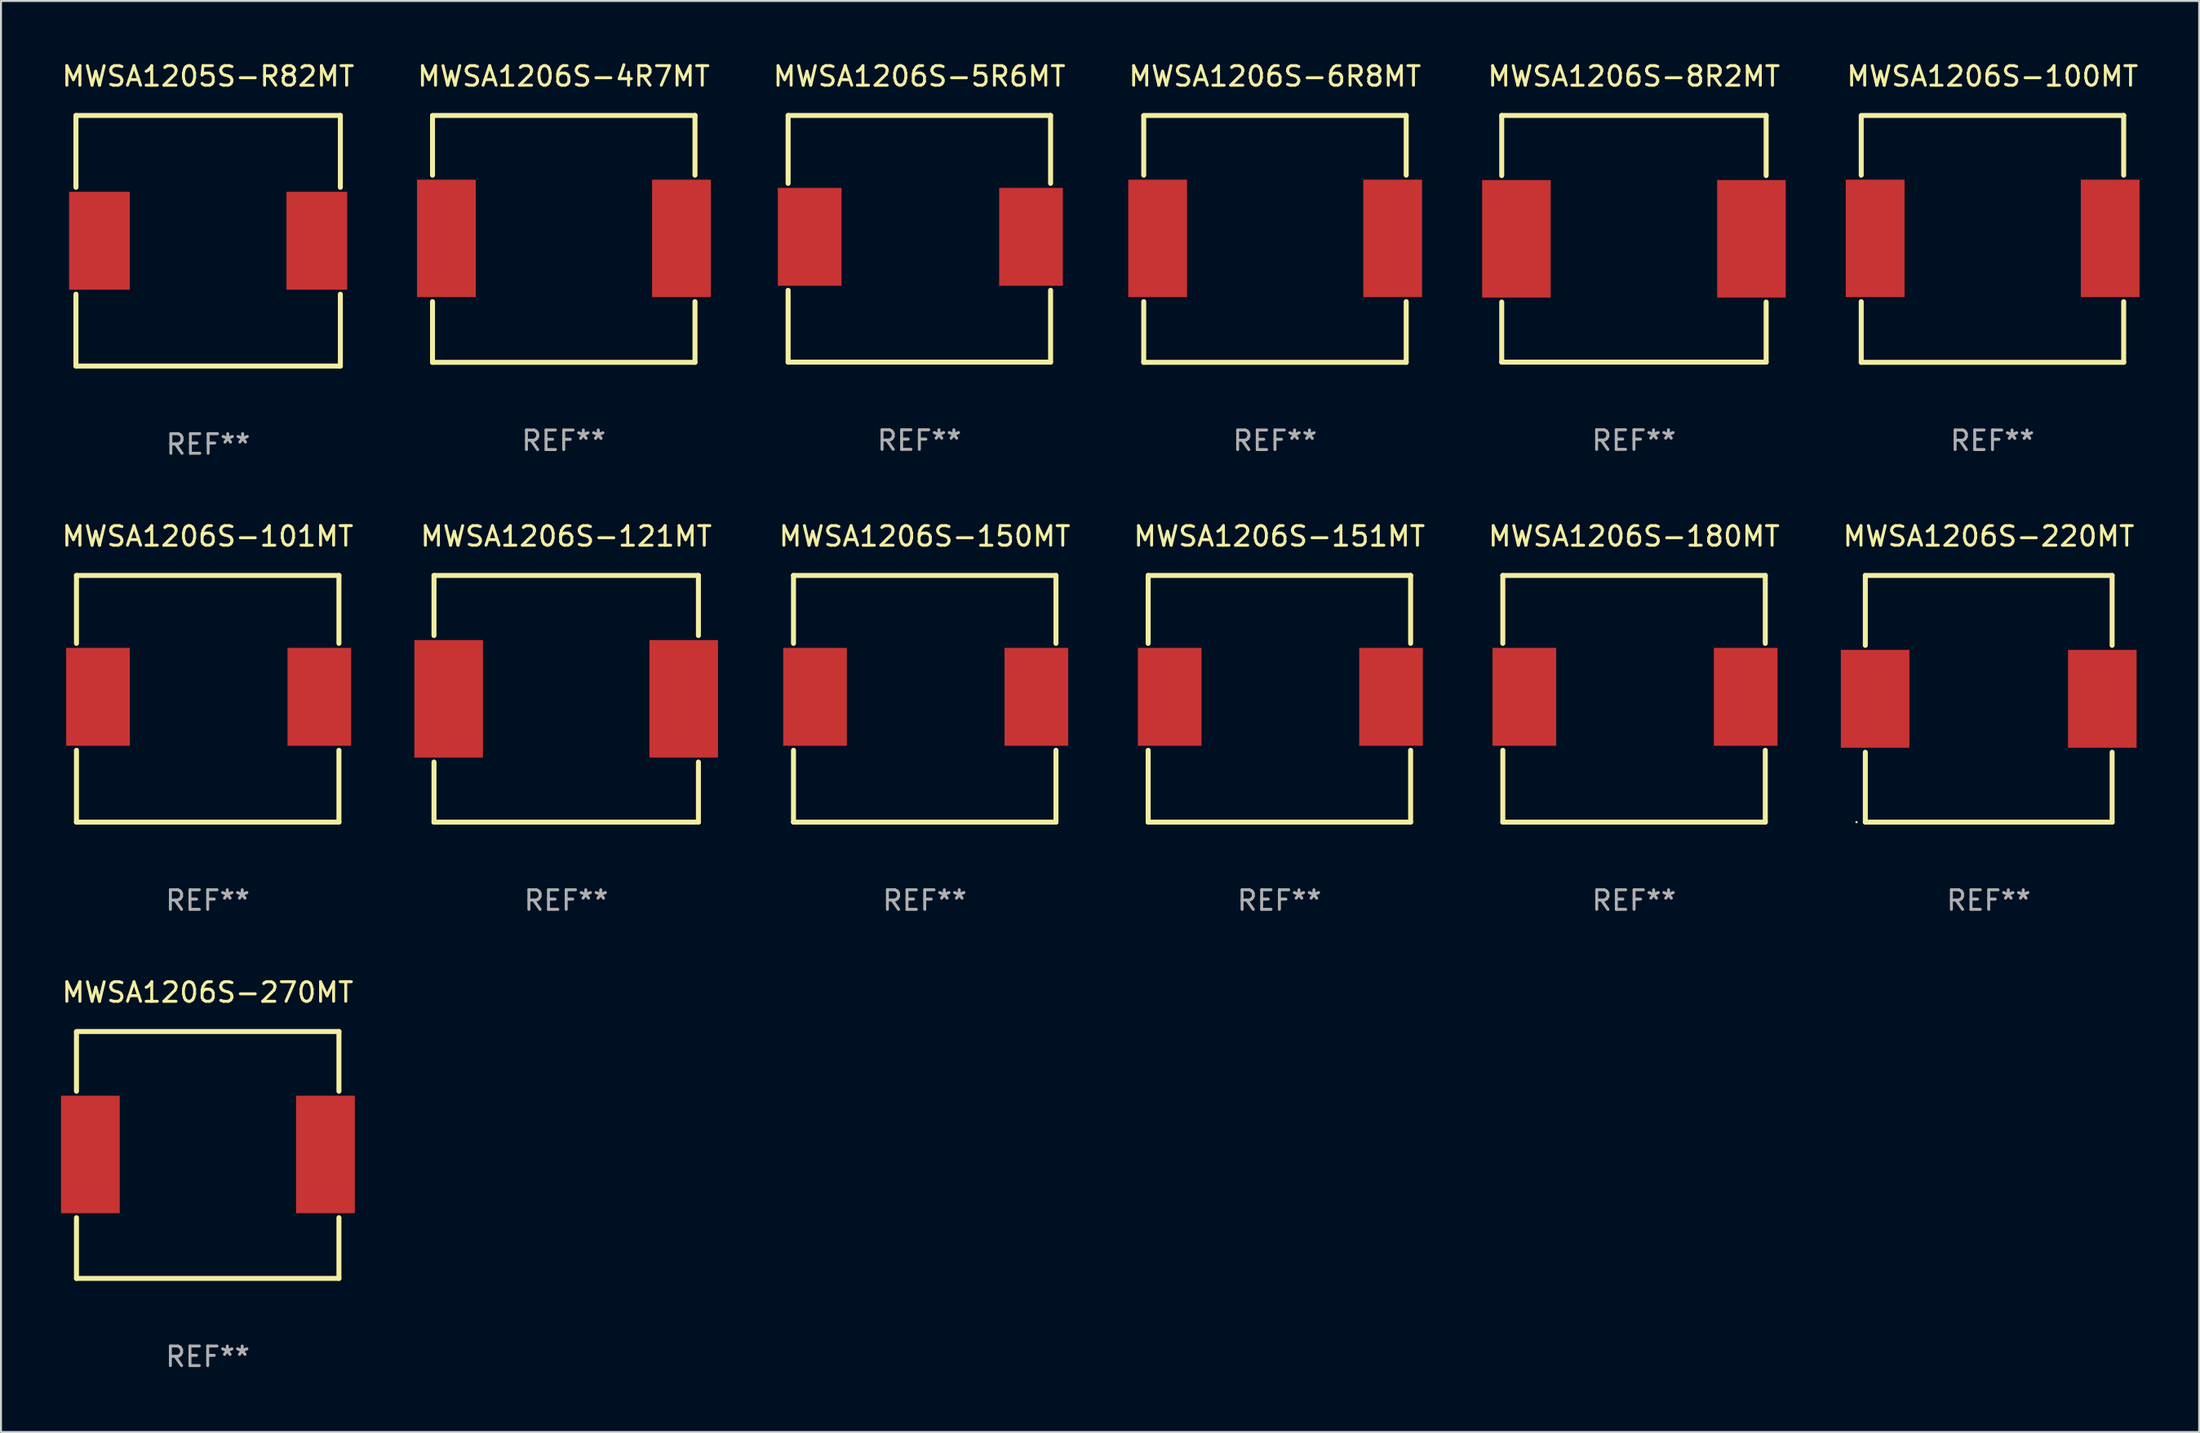
<source format=kicad_pcb>
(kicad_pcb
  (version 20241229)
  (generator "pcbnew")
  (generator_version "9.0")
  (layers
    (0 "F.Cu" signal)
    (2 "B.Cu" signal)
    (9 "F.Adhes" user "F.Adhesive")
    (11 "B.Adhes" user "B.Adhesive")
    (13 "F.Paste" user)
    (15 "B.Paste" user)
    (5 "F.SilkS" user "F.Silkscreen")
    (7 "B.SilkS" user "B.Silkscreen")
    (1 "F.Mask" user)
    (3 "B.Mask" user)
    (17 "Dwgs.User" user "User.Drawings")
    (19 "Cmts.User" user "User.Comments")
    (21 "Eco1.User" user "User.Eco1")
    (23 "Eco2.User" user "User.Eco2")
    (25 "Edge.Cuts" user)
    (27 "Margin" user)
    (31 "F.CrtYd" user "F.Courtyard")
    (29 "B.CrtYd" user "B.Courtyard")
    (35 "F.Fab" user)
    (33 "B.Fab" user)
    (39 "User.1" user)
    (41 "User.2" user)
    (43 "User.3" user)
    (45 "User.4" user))
  (footprint "MWSA1206S-121MT"
    (layer "F.Cu")
    (at 25.857 32.645)
    (property "Reference" "MWSA1206S-121MT" (at 0 -8.3 0) (layer "F.SilkS") (effects (font (size 1 1) (thickness 0.15))))
    (attr through_hole)
    (fp_line (start -6.75 -6.3) (end -6.75 -3.231) (stroke (width 0.254) (type solid)) (layer "F.SilkS"))
    (fp_line (start -6.75 -6.3) (end 6.75 -6.3) (stroke (width 0.254) (type solid)) (layer "F.SilkS"))
    (fp_line (start -6.75 3.231) (end -6.75 6.3) (stroke (width 0.254) (type solid)) (layer "F.SilkS"))
    (fp_line (start -6.75 6.3) (end 6.75 6.3) (stroke (width 0.254) (type solid)) (layer "F.SilkS"))
    (fp_line (start 6.75 -3.231) (end 6.75 -6.3) (stroke (width 0.254) (type solid)) (layer "F.SilkS"))
    (fp_line (start 6.75 6.3) (end 6.75 3.231) (stroke (width 0.254) (type solid)) (layer "F.SilkS"))
    (fp_circle (center -6.75 6.3) (end -6.72 6.3) (stroke (width 0.06) (type solid)) (fill no) (layer "F.SilkS"))
    (fp_text user "REF**" (at 0 10.3 0) (layer "F.Fab") (effects (font (size 1 1) (thickness 0.15))))
    (pad "1" smd rect (at -6 0.000025 90) (size 6 3.5) (layers "F.Cu" "F.Mask" "F.Paste"))
    (pad "2" smd rect (at 6 0.000025 90) (size 6 3.5) (layers "F.Cu" "F.Mask" "F.Paste")))
  (footprint "MWSA1206S-4R7MT"
    (layer "F.Cu")
    (at 25.732 9.153)
    (property "Reference" "MWSA1206S-4R7MT" (at 0 -8.305 0) (layer "F.SilkS") (effects (font (size 1 1) (thickness 0.15))))
    (attr through_hole)
    (fp_line (start -6.7 -6.275) (end -6.7 -3.256) (stroke (width 0.254) (type solid)) (layer "F.SilkS"))
    (fp_line (start -6.7 3.206) (end -6.7 6.305) (stroke (width 0.254) (type solid)) (layer "F.SilkS"))
    (fp_line (start -6.7 6.305) (end 6.7 6.305) (stroke (width 0.254) (type solid)) (layer "F.SilkS"))
    (fp_line (start 6.7 -6.305) (end -6.7 -6.305) (stroke (width 0.254) (type solid)) (layer "F.SilkS"))
    (fp_line (start 6.7 -3.256) (end 6.7 -6.305) (stroke (width 0.254) (type solid)) (layer "F.SilkS"))
    (fp_line (start 6.7 6.305) (end 6.7 3.206) (stroke (width 0.254) (type solid)) (layer "F.SilkS"))
    (fp_circle (center -6.715 6.275) (end -6.685 6.275) (stroke (width 0.06) (type solid)) (fill no) (layer "F.SilkS"))
    (fp_text user "REF**" (at 0 10.305 0) (layer "F.Fab") (effects (font (size 1 1) (thickness 0.15))))
    (pad "1" smd rect (at -5.99 -0.025) (size 3 6) (layers "F.Cu" "F.Mask" "F.Paste"))
    (pad "2" smd rect (at 6.01 -0.025) (size 3 6) (layers "F.Cu" "F.Mask" "F.Paste")))
  (footprint "MWSA1206S-5R6MT"
    (layer "F.Cu")
    (at 43.887 9.148)
    (property "Reference" "MWSA1206S-5R6MT" (at 0 -8.3 0) (layer "F.SilkS") (effects (font (size 1 1) (thickness 0.15))))
    (attr through_hole)
    (fp_line (start -6.7 -6.3) (end 6.7 -6.3) (stroke (width 0.254) (type solid)) (layer "F.SilkS"))
    (fp_line (start -6.7 -2.831) (end -6.7 -6.3) (stroke (width 0.254) (type solid)) (layer "F.SilkS"))
    (fp_line (start -6.7 6.3) (end -6.7 2.631) (stroke (width 0.254) (type solid)) (layer "F.SilkS"))
    (fp_line (start -6.7 6.3) (end 6.7 6.3) (stroke (width 0.254) (type solid)) (layer "F.SilkS"))
    (fp_line (start 6.7 -6.3) (end 6.7 -2.831) (stroke (width 0.254) (type solid)) (layer "F.SilkS"))
    (fp_line (start 6.7 2.631) (end 6.7 6.3) (stroke (width 0.254) (type solid)) (layer "F.SilkS"))
    (fp_circle (center -6.65 6.2) (end -6.62 6.2) (stroke (width 0.06) (type solid)) (fill no) (layer "F.SilkS"))
    (fp_text user "REF**" (at 0 10.3 0) (layer "F.Fab") (effects (font (size 1 1) (thickness 0.15))))
    (pad "1" smd rect (at -5.6 -0.1 90) (size 5 3.25) (layers "F.Cu" "F.Mask" "F.Paste"))
    (pad "2" smd rect (at 5.7 -0.1 90) (size 5 3.25) (layers "F.Cu" "F.Mask" "F.Paste")))
  (footprint "MWSA1206S-101MT"
    (layer "F.Cu")
    (at 7.554 32.645)
    (property "Reference" "MWSA1206S-101MT" (at 0 -8.3 0) (layer "F.SilkS") (effects (font (size 1 1) (thickness 0.15))))
    (attr through_hole)
    (fp_line (start -6.7 -6.3) (end 6.7 -6.3) (stroke (width 0.254) (type solid)) (layer "F.SilkS"))
    (fp_line (start -6.7 -2.831) (end -6.7 -6.3) (stroke (width 0.254) (type solid)) (layer "F.SilkS"))
    (fp_line (start -6.7 6.3) (end -6.7 2.631) (stroke (width 0.254) (type solid)) (layer "F.SilkS"))
    (fp_line (start -6.7 6.3) (end 6.7 6.3) (stroke (width 0.254) (type solid)) (layer "F.SilkS"))
    (fp_line (start 6.7 -6.3) (end 6.7 -2.831) (stroke (width 0.254) (type solid)) (layer "F.SilkS"))
    (fp_line (start 6.7 2.631) (end 6.7 6.3) (stroke (width 0.254) (type solid)) (layer "F.SilkS"))
    (fp_circle (center -6.65 6.2) (end -6.62 6.2) (stroke (width 0.06) (type solid)) (fill no) (layer "F.SilkS"))
    (fp_text user "REF**" (at 0 10.3 0) (layer "F.Fab") (effects (font (size 1 1) (thickness 0.15))))
    (pad "1" smd rect (at -5.6 -0.1 90) (size 5 3.25) (layers "F.Cu" "F.Mask" "F.Paste"))
    (pad "2" smd rect (at 5.7 -0.1 90) (size 5 3.25) (layers "F.Cu" "F.Mask" "F.Paste")))
  (footprint "MWSA1206S-100MT"
    (layer "F.Cu")
    (at 98.673 9.153)
    (property "Reference" "MWSA1206S-100MT" (at 0 -8.305 0) (layer "F.SilkS") (effects (font (size 1 1) (thickness 0.15))))
    (attr through_hole)
    (fp_line (start -6.7 -6.275) (end -6.7 -3.256) (stroke (width 0.254) (type solid)) (layer "F.SilkS"))
    (fp_line (start -6.7 3.206) (end -6.7 6.305) (stroke (width 0.254) (type solid)) (layer "F.SilkS"))
    (fp_line (start -6.7 6.305) (end 6.7 6.305) (stroke (width 0.254) (type solid)) (layer "F.SilkS"))
    (fp_line (start 6.7 -6.305) (end -6.7 -6.305) (stroke (width 0.254) (type solid)) (layer "F.SilkS"))
    (fp_line (start 6.7 -3.256) (end 6.7 -6.305) (stroke (width 0.254) (type solid)) (layer "F.SilkS"))
    (fp_line (start 6.7 6.305) (end 6.7 3.206) (stroke (width 0.254) (type solid)) (layer "F.SilkS"))
    (fp_circle (center -6.715 6.275) (end -6.685 6.275) (stroke (width 0.06) (type solid)) (fill no) (layer "F.SilkS"))
    (fp_text user "REF**" (at 0 10.305 0) (layer "F.Fab") (effects (font (size 1 1) (thickness 0.15))))
    (pad "1" smd rect (at -5.99 -0.025) (size 3 6) (layers "F.Cu" "F.Mask" "F.Paste"))
    (pad "2" smd rect (at 6.01 -0.025) (size 3 6) (layers "F.Cu" "F.Mask" "F.Paste")))
  (footprint "MWSA1206S-180MT"
    (layer "F.Cu")
    (at 80.375 32.645)
    (property "Reference" "MWSA1206S-180MT" (at 0 -8.3 0) (layer "F.SilkS") (effects (font (size 1 1) (thickness 0.15))))
    (attr through_hole)
    (fp_line (start -6.7 -6.3) (end 6.7 -6.3) (stroke (width 0.254) (type solid)) (layer "F.SilkS"))
    (fp_line (start -6.7 -2.831) (end -6.7 -6.3) (stroke (width 0.254) (type solid)) (layer "F.SilkS"))
    (fp_line (start -6.7 6.3) (end -6.7 2.631) (stroke (width 0.254) (type solid)) (layer "F.SilkS"))
    (fp_line (start -6.7 6.3) (end 6.7 6.3) (stroke (width 0.254) (type solid)) (layer "F.SilkS"))
    (fp_line (start 6.7 -6.3) (end 6.7 -2.831) (stroke (width 0.254) (type solid)) (layer "F.SilkS"))
    (fp_line (start 6.7 2.631) (end 6.7 6.3) (stroke (width 0.254) (type solid)) (layer "F.SilkS"))
    (fp_circle (center -6.65 6.2) (end -6.62 6.2) (stroke (width 0.06) (type solid)) (fill no) (layer "F.SilkS"))
    (fp_text user "REF**" (at 0 10.3 0) (layer "F.Fab") (effects (font (size 1 1) (thickness 0.15))))
    (pad "1" smd rect (at -5.6 -0.1 90) (size 5 3.25) (layers "F.Cu" "F.Mask" "F.Paste"))
    (pad "2" smd rect (at 5.7 -0.1 90) (size 5 3.25) (layers "F.Cu" "F.Mask" "F.Paste")))
  (footprint "MWSA1206S-8R2MT"
    (layer "F.Cu")
    (at 80.369 9.148)
    (property "Reference" "MWSA1206S-8R2MT" (at 0 -8.3 0) (layer "F.SilkS") (effects (font (size 1 1) (thickness 0.15))))
    (attr through_hole)
    (fp_line (start -6.75 -6.3) (end -6.75 -3.231) (stroke (width 0.254) (type solid)) (layer "F.SilkS"))
    (fp_line (start -6.75 -6.3) (end 6.75 -6.3) (stroke (width 0.254) (type solid)) (layer "F.SilkS"))
    (fp_line (start -6.75 3.231) (end -6.75 6.3) (stroke (width 0.254) (type solid)) (layer "F.SilkS"))
    (fp_line (start -6.75 6.3) (end 6.75 6.3) (stroke (width 0.254) (type solid)) (layer "F.SilkS"))
    (fp_line (start 6.75 -3.231) (end 6.75 -6.3) (stroke (width 0.254) (type solid)) (layer "F.SilkS"))
    (fp_line (start 6.75 6.3) (end 6.75 3.231) (stroke (width 0.254) (type solid)) (layer "F.SilkS"))
    (fp_circle (center -6.75 6.3) (end -6.72 6.3) (stroke (width 0.06) (type solid)) (fill no) (layer "F.SilkS"))
    (fp_text user "REF**" (at 0 10.3 0) (layer "F.Fab") (effects (font (size 1 1) (thickness 0.15))))
    (pad "1" smd rect (at -6 0.000025 90) (size 6 3.5) (layers "F.Cu" "F.Mask" "F.Paste"))
    (pad "2" smd rect (at 6 0.000025 90) (size 6 3.5) (layers "F.Cu" "F.Mask" "F.Paste")))
  (footprint "MWSA1206S-151MT"
    (layer "F.Cu")
    (at 62.268 32.645)
    (property "Reference" "MWSA1206S-151MT" (at 0 -8.3 0) (layer "F.SilkS") (effects (font (size 1 1) (thickness 0.15))))
    (attr through_hole)
    (fp_line (start -6.7 -6.3) (end 6.7 -6.3) (stroke (width 0.254) (type solid)) (layer "F.SilkS"))
    (fp_line (start -6.7 -2.831) (end -6.7 -6.3) (stroke (width 0.254) (type solid)) (layer "F.SilkS"))
    (fp_line (start -6.7 6.3) (end -6.7 2.631) (stroke (width 0.254) (type solid)) (layer "F.SilkS"))
    (fp_line (start -6.7 6.3) (end 6.7 6.3) (stroke (width 0.254) (type solid)) (layer "F.SilkS"))
    (fp_line (start 6.7 -6.3) (end 6.7 -2.831) (stroke (width 0.254) (type solid)) (layer "F.SilkS"))
    (fp_line (start 6.7 2.631) (end 6.7 6.3) (stroke (width 0.254) (type solid)) (layer "F.SilkS"))
    (fp_circle (center -6.65 6.2) (end -6.62 6.2) (stroke (width 0.06) (type solid)) (fill no) (layer "F.SilkS"))
    (fp_text user "REF**" (at 0 10.3 0) (layer "F.Fab") (effects (font (size 1 1) (thickness 0.15))))
    (pad "1" smd rect (at -5.6 -0.1 90) (size 5 3.25) (layers "F.Cu" "F.Mask" "F.Paste"))
    (pad "2" smd rect (at 5.7 -0.1 90) (size 5 3.25) (layers "F.Cu" "F.Mask" "F.Paste")))
  (footprint "MWSA1206S-270MT"
    (layer "F.Cu")
    (at 7.554 55.946)
    (property "Reference" "MWSA1206S-270MT" (at 0 -8.305 0) (layer "F.SilkS") (effects (font (size 1 1) (thickness 0.15))))
    (attr through_hole)
    (fp_line (start -6.7 -6.275) (end -6.7 -3.256) (stroke (width 0.254) (type solid)) (layer "F.SilkS"))
    (fp_line (start -6.7 3.206) (end -6.7 6.305) (stroke (width 0.254) (type solid)) (layer "F.SilkS"))
    (fp_line (start -6.7 6.305) (end 6.7 6.305) (stroke (width 0.254) (type solid)) (layer "F.SilkS"))
    (fp_line (start 6.7 -6.305) (end -6.7 -6.305) (stroke (width 0.254) (type solid)) (layer "F.SilkS"))
    (fp_line (start 6.7 -3.256) (end 6.7 -6.305) (stroke (width 0.254) (type solid)) (layer "F.SilkS"))
    (fp_line (start 6.7 6.305) (end 6.7 3.206) (stroke (width 0.254) (type solid)) (layer "F.SilkS"))
    (fp_circle (center -6.715 6.275) (end -6.685 6.275) (stroke (width 0.06) (type solid)) (fill no) (layer "F.SilkS"))
    (fp_text user "REF**" (at 0 10.305 0) (layer "F.Fab") (effects (font (size 1 1) (thickness 0.15))))
    (pad "1" smd rect (at -5.99 -0.025) (size 3 6) (layers "F.Cu" "F.Mask" "F.Paste"))
    (pad "2" smd rect (at 6.01 -0.025) (size 3 6) (layers "F.Cu" "F.Mask" "F.Paste")))
  (footprint "MWSA1206S-220MT"
    (layer "F.Cu")
    (at 98.482 32.645)
    (property "Reference" "MWSA1206S-220MT" (at 0 -8.3 0) (layer "F.SilkS") (effects (font (size 1 1) (thickness 0.15))))
    (attr through_hole)
    (fp_line (start -6.3 -6.3) (end -6.3 -2.731) (stroke (width 0.254) (type solid)) (layer "F.SilkS"))
    (fp_line (start -6.3 2.731) (end -6.3 6.3) (stroke (width 0.254) (type solid)) (layer "F.SilkS"))
    (fp_line (start -6.3 6.3) (end 6.3 6.3) (stroke (width 0.254) (type solid)) (layer "F.SilkS"))
    (fp_line (start 6.3 -6.3) (end -6.3 -6.3) (stroke (width 0.254) (type solid)) (layer "F.SilkS"))
    (fp_line (start 6.3 -2.731) (end 6.3 -6.3) (stroke (width 0.254) (type solid)) (layer "F.SilkS"))
    (fp_line (start 6.3 6.3) (end 6.3 2.731) (stroke (width 0.254) (type solid)) (layer "F.SilkS"))
    (fp_circle (center -6.75 6.3) (end -6.72 6.3) (stroke (width 0.06) (type solid)) (fill no) (layer "F.SilkS"))
    (fp_text user "REF**" (at 0 10.3 0) (layer "F.Fab") (effects (font (size 1 1) (thickness 0.15))))
    (pad "1" smd rect (at -5.8 0) (size 3.5 5) (layers "F.Cu" "F.Mask" "F.Paste"))
    (pad "2" smd rect (at 5.8 0) (size 3.5 5) (layers "F.Cu" "F.Mask" "F.Paste")))
  (footprint "MWSA1206S-150MT"
    (layer "F.Cu")
    (at 44.161 32.645)
    (property "Reference" "MWSA1206S-150MT" (at 0 -8.3 0) (layer "F.SilkS") (effects (font (size 1 1) (thickness 0.15))))
    (attr through_hole)
    (fp_line (start -6.7 -6.3) (end 6.7 -6.3) (stroke (width 0.254) (type solid)) (layer "F.SilkS"))
    (fp_line (start -6.7 -2.831) (end -6.7 -6.3) (stroke (width 0.254) (type solid)) (layer "F.SilkS"))
    (fp_line (start -6.7 6.3) (end -6.7 2.631) (stroke (width 0.254) (type solid)) (layer "F.SilkS"))
    (fp_line (start -6.7 6.3) (end 6.7 6.3) (stroke (width 0.254) (type solid)) (layer "F.SilkS"))
    (fp_line (start 6.7 -6.3) (end 6.7 -2.831) (stroke (width 0.254) (type solid)) (layer "F.SilkS"))
    (fp_line (start 6.7 2.631) (end 6.7 6.3) (stroke (width 0.254) (type solid)) (layer "F.SilkS"))
    (fp_circle (center -6.65 6.2) (end -6.62 6.2) (stroke (width 0.06) (type solid)) (fill no) (layer "F.SilkS"))
    (fp_text user "REF**" (at 0 10.3 0) (layer "F.Fab") (effects (font (size 1 1) (thickness 0.15))))
    (pad "1" smd rect (at -5.6 -0.1 90) (size 5 3.25) (layers "F.Cu" "F.Mask" "F.Paste"))
    (pad "2" smd rect (at 5.7 -0.1 90) (size 5 3.25) (layers "F.Cu" "F.Mask" "F.Paste")))
  (footprint "MWSA1206S-6R8MT"
    (layer "F.Cu")
    (at 62.042 9.153)
    (property "Reference" "MWSA1206S-6R8MT" (at 0 -8.305 0) (layer "F.SilkS") (effects (font (size 1 1) (thickness 0.15))))
    (attr through_hole)
    (fp_line (start -6.7 -6.275) (end -6.7 -3.256) (stroke (width 0.254) (type solid)) (layer "F.SilkS"))
    (fp_line (start -6.7 3.206) (end -6.7 6.305) (stroke (width 0.254) (type solid)) (layer "F.SilkS"))
    (fp_line (start -6.7 6.305) (end 6.7 6.305) (stroke (width 0.254) (type solid)) (layer "F.SilkS"))
    (fp_line (start 6.7 -6.305) (end -6.7 -6.305) (stroke (width 0.254) (type solid)) (layer "F.SilkS"))
    (fp_line (start 6.7 -3.256) (end 6.7 -6.305) (stroke (width 0.254) (type solid)) (layer "F.SilkS"))
    (fp_line (start 6.7 6.305) (end 6.7 3.206) (stroke (width 0.254) (type solid)) (layer "F.SilkS"))
    (fp_circle (center -6.715 6.275) (end -6.685 6.275) (stroke (width 0.06) (type solid)) (fill no) (layer "F.SilkS"))
    (fp_text user "REF**" (at 0 10.305 0) (layer "F.Fab") (effects (font (size 1 1) (thickness 0.15))))
    (pad "1" smd rect (at -5.99 -0.025) (size 3 6) (layers "F.Cu" "F.Mask" "F.Paste"))
    (pad "2" smd rect (at 6.01 -0.025) (size 3 6) (layers "F.Cu" "F.Mask" "F.Paste")))
  (footprint "MWSA1205S-R82MT"
    (layer "F.Cu")
    (at 7.577 9.248)
    (property "Reference" "MWSA1205S-R82MT" (at 0 -8.4 0) (layer "F.SilkS") (effects (font (size 1 1) (thickness 0.15))))
    (attr through_hole)
    (fp_line (start -6.75 -6.4) (end -6.75 -2.731) (stroke (width 0.254) (type solid)) (layer "F.SilkS"))
    (fp_line (start -6.75 -6.4) (end 6.75 -6.4) (stroke (width 0.254) (type solid)) (layer "F.SilkS"))
    (fp_line (start -6.75 2.731) (end -6.75 6.4) (stroke (width 0.254) (type solid)) (layer "F.SilkS"))
    (fp_line (start 6.75 -2.731) (end 6.75 -6.4) (stroke (width 0.254) (type solid)) (layer "F.SilkS"))
    (fp_line (start 6.75 6.4) (end -6.75 6.4) (stroke (width 0.254) (type solid)) (layer "F.SilkS"))
    (fp_line (start 6.75 6.4) (end 6.75 2.731) (stroke (width 0.254) (type solid)) (layer "F.SilkS"))
    (fp_circle (center -6.725 -6.3) (end -6.695 -6.3) (stroke (width 0.06) (type solid)) (fill no) (layer "F.SilkS"))
    (fp_text user "REF**" (at 0 10.4 0) (layer "F.Fab") (effects (font (size 1 1) (thickness 0.15))))
    (pad "1" smd rect (at -5.55 0) (size 3.1 5) (layers "F.Cu" "F.Mask" "F.Paste"))
    (pad "2" smd rect (at 5.55 0) (size 3.1 5) (layers "F.Cu" "F.Mask" "F.Paste")))
  (gr_rect
    (start -3 -3)
    (end 109.226 70.1)
    (stroke (width 0.1) (type default))
    (fill no)
    (layer "Edge.Cuts")))
</source>
